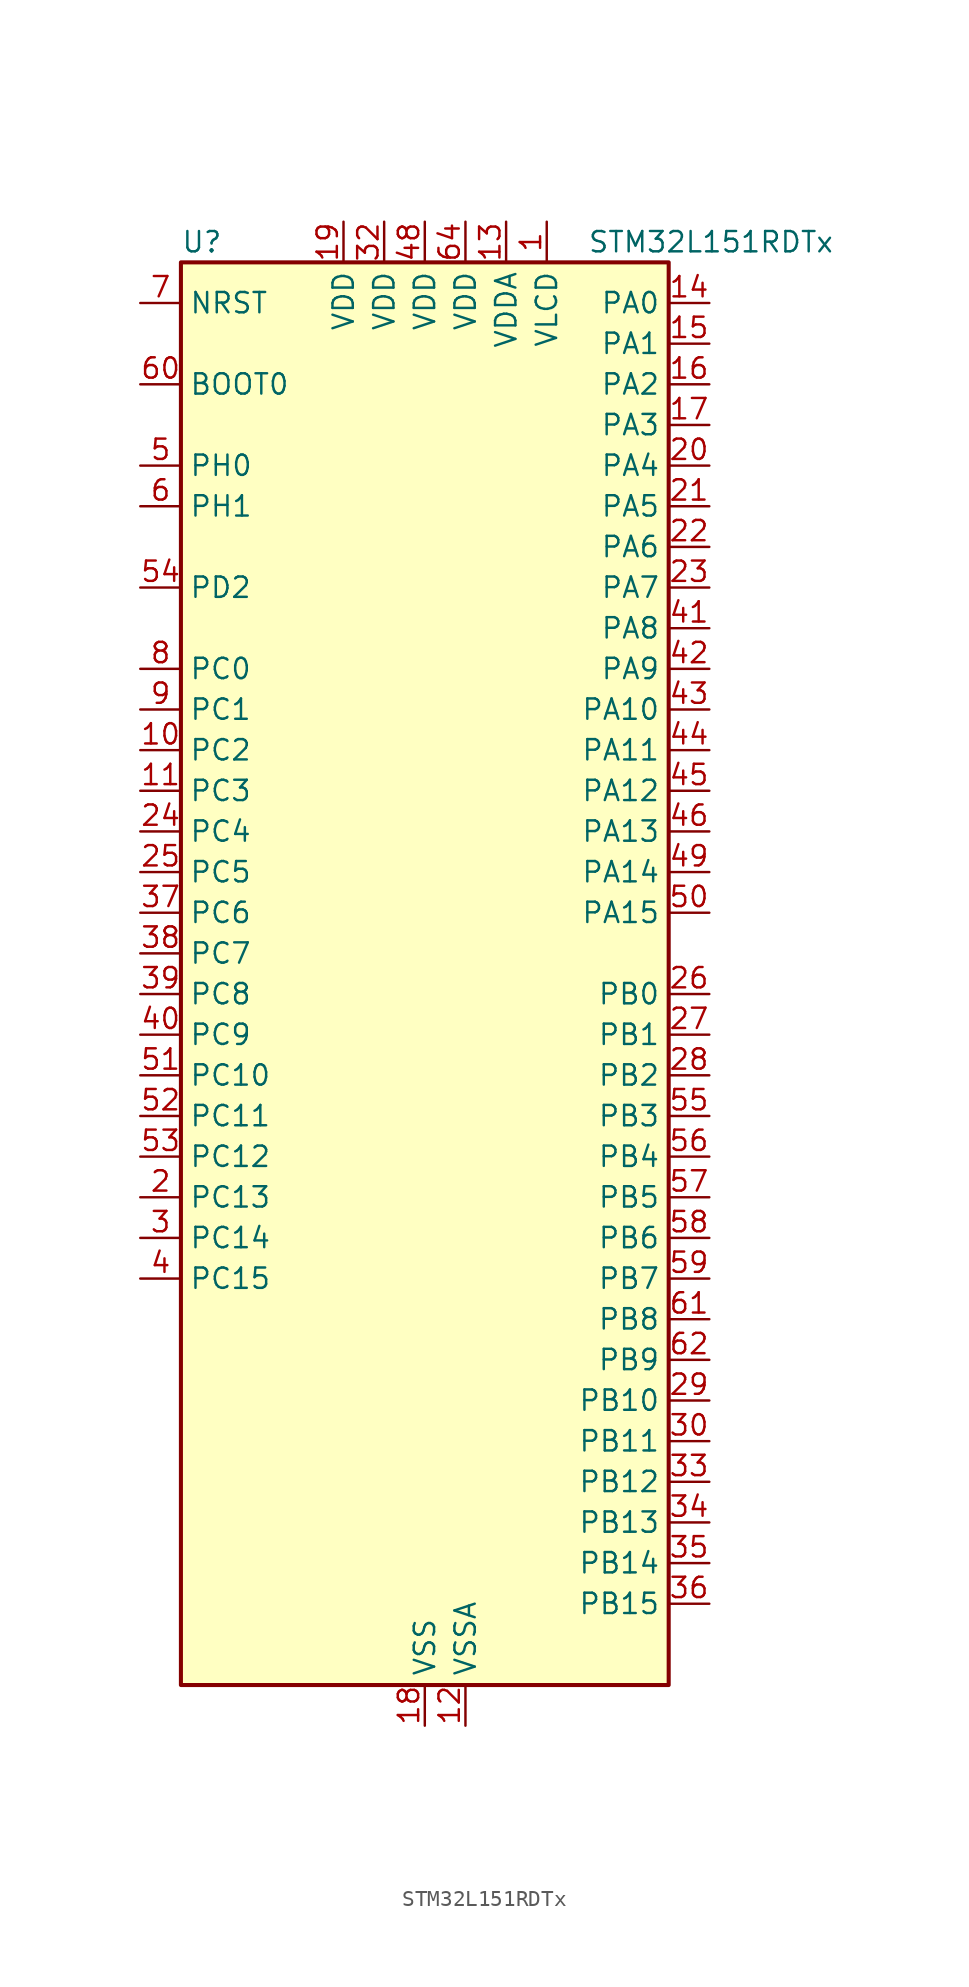
<source format=kicad_sym>
(kicad_symbol_lib
  (version 20231120)
  (generator "kicad-library-utils")
  (generator_version "8.0")
  (symbol "STM32L151RDTx"
    (property "Reference" "U"
      (at -15.24 46.99 0)
      (effects (font (size 1.27 1.27)) (justify left)))
    (property "Value" "STM32L151RDTx"
      (at 10.16 46.99 0)
      (effects (font (size 1.27 1.27)) (justify left)))
    (symbol "STM32L151RDTx_0_1"
      (rectangle (start -15.24 -43.18) (end 15.24 45.72) (stroke (width 0.254) (type default)) (fill (type background))))
    (symbol "STM32L151RDTx_1_1"
      (pin power_in line (at 7.62 48.26 270) (length 2.54) (name "VLCD" (effects (font (size 1.27 1.27)))) (number "1" (effects (font (size 1.27 1.27)))))
      (pin bidirectional line (at -17.78 15.24 0) (length 2.54) (name "PC2" (effects (font (size 1.27 1.27)))) (number "10" (effects (font (size 1.27 1.27)))) (alternate "ADC_IN12" bidirectional line) (alternate "COMP1_INP" bidirectional line) (alternate "OPAMP3_VINM" bidirectional line) (alternate "TIMX_IC3" bidirectional line) (alternate "TS_G8_IO3" bidirectional line))
      (pin bidirectional line (at -17.78 12.7 0) (length 2.54) (name "PC3" (effects (font (size 1.27 1.27)))) (number "11" (effects (font (size 1.27 1.27)))) (alternate "ADC_IN13" bidirectional line) (alternate "COMP1_INP" bidirectional line) (alternate "OPAMP3_VOUT" bidirectional line) (alternate "TIMX_IC4" bidirectional line) (alternate "TS_G8_IO4" bidirectional line))
      (pin power_in line (at 2.54 -45.72 90) (length 2.54) (name "VSSA" (effects (font (size 1.27 1.27)))) (number "12" (effects (font (size 1.27 1.27)))))
      (pin power_in line (at 5.08 48.26 270) (length 2.54) (name "VDDA" (effects (font (size 1.27 1.27)))) (number "13" (effects (font (size 1.27 1.27)))))
      (pin bidirectional line (at 17.78 43.18 180) (length 2.54) (name "PA0" (effects (font (size 1.27 1.27)))) (number "14" (effects (font (size 1.27 1.27)))) (alternate "ADC_IN0" bidirectional line) (alternate "COMP1_INP" bidirectional line) (alternate "RTC_TAMP2" bidirectional line) (alternate "SYS_WKUP1" bidirectional line) (alternate "TIM2_CH1" bidirectional line) (alternate "TIM2_ETR" bidirectional line) (alternate "TIM5_CH1" bidirectional line) (alternate "TIMX_IC1" bidirectional line) (alternate "TS_G1_IO1" bidirectional line) (alternate "USART2_CTS" bidirectional line))
      (pin bidirectional line (at 17.78 40.64 180) (length 2.54) (name "PA1" (effects (font (size 1.27 1.27)))) (number "15" (effects (font (size 1.27 1.27)))) (alternate "ADC_IN1" bidirectional line) (alternate "COMP1_INP" bidirectional line) (alternate "OPAMP1_VINP" bidirectional line) (alternate "TIM2_CH2" bidirectional line) (alternate "TIM5_CH2" bidirectional line) (alternate "TIMX_IC2" bidirectional line) (alternate "TS_G1_IO2" bidirectional line) (alternate "USART2_RTS" bidirectional line))
      (pin bidirectional line (at 17.78 38.1 180) (length 2.54) (name "PA2" (effects (font (size 1.27 1.27)))) (number "16" (effects (font (size 1.27 1.27)))) (alternate "ADC_IN2" bidirectional line) (alternate "COMP1_INP" bidirectional line) (alternate "OPAMP1_VINM" bidirectional line) (alternate "TIM2_CH3" bidirectional line) (alternate "TIM5_CH3" bidirectional line) (alternate "TIM9_CH1" bidirectional line) (alternate "TIMX_IC3" bidirectional line) (alternate "TS_G1_IO3" bidirectional line) (alternate "USART2_TX" bidirectional line))
      (pin bidirectional line (at 17.78 35.56 180) (length 2.54) (name "PA3" (effects (font (size 1.27 1.27)))) (number "17" (effects (font (size 1.27 1.27)))) (alternate "ADC_IN3" bidirectional line) (alternate "COMP1_INP" bidirectional line) (alternate "OPAMP1_VOUT" bidirectional line) (alternate "TIM2_CH4" bidirectional line) (alternate "TIM5_CH4" bidirectional line) (alternate "TIM9_CH2" bidirectional line) (alternate "TIMX_IC4" bidirectional line) (alternate "TS_G1_IO4" bidirectional line) (alternate "USART2_RX" bidirectional line))
      (pin power_in line (at 0 -45.72 90) (length 2.54) (name "VSS" (effects (font (size 1.27 1.27)))) (number "18" (effects (font (size 1.27 1.27)))))
      (pin power_in line (at -5.08 48.26 270) (length 2.54) (name "VDD" (effects (font (size 1.27 1.27)))) (number "19" (effects (font (size 1.27 1.27)))))
      (pin bidirectional line (at -17.78 -12.7 0) (length 2.54) (name "PC13" (effects (font (size 1.27 1.27)))) (number "2" (effects (font (size 1.27 1.27)))) (alternate "RTC_OUT_ALARM" bidirectional line) (alternate "RTC_OUT_CALIB" bidirectional line) (alternate "RTC_TAMP1" bidirectional line) (alternate "RTC_TS" bidirectional line) (alternate "SYS_WKUP2" bidirectional line) (alternate "TIMX_IC2" bidirectional line))
      (pin bidirectional line (at 17.78 33.02 180) (length 2.54) (name "PA4" (effects (font (size 1.27 1.27)))) (number "20" (effects (font (size 1.27 1.27)))) (alternate "ADC_IN4" bidirectional line) (alternate "COMP1_INP" bidirectional line) (alternate "DAC_OUT1" bidirectional line) (alternate "I2S3_WS" bidirectional line) (alternate "SPI1_NSS" bidirectional line) (alternate "SPI3_NSS" bidirectional line) (alternate "TIMX_IC1" bidirectional line) (alternate "USART2_CK" bidirectional line))
      (pin bidirectional line (at 17.78 30.48 180) (length 2.54) (name "PA5" (effects (font (size 1.27 1.27)))) (number "21" (effects (font (size 1.27 1.27)))) (alternate "ADC_IN5" bidirectional line) (alternate "COMP1_INP" bidirectional line) (alternate "DAC_OUT2" bidirectional line) (alternate "SPI1_SCK" bidirectional line) (alternate "TIM2_CH1" bidirectional line) (alternate "TIM2_ETR" bidirectional line) (alternate "TIMX_IC2" bidirectional line))
      (pin bidirectional line (at 17.78 27.94 180) (length 2.54) (name "PA6" (effects (font (size 1.27 1.27)))) (number "22" (effects (font (size 1.27 1.27)))) (alternate "ADC_IN6" bidirectional line) (alternate "COMP1_INP" bidirectional line) (alternate "OPAMP2_VINP" bidirectional line) (alternate "SPI1_MISO" bidirectional line) (alternate "TIM10_CH1" bidirectional line) (alternate "TIM3_CH1" bidirectional line) (alternate "TIMX_IC3" bidirectional line) (alternate "TS_G2_IO1" bidirectional line))
      (pin bidirectional line (at 17.78 25.4 180) (length 2.54) (name "PA7" (effects (font (size 1.27 1.27)))) (number "23" (effects (font (size 1.27 1.27)))) (alternate "ADC_IN7" bidirectional line) (alternate "COMP1_INP" bidirectional line) (alternate "OPAMP2_VINM" bidirectional line) (alternate "SPI1_MOSI" bidirectional line) (alternate "TIM11_CH1" bidirectional line) (alternate "TIM3_CH2" bidirectional line) (alternate "TIMX_IC4" bidirectional line) (alternate "TS_G2_IO2" bidirectional line))
      (pin bidirectional line (at -17.78 10.16 0) (length 2.54) (name "PC4" (effects (font (size 1.27 1.27)))) (number "24" (effects (font (size 1.27 1.27)))) (alternate "ADC_IN14" bidirectional line) (alternate "COMP1_INP" bidirectional line) (alternate "TIMX_IC1" bidirectional line) (alternate "TS_G9_IO1" bidirectional line))
      (pin bidirectional line (at -17.78 7.62 0) (length 2.54) (name "PC5" (effects (font (size 1.27 1.27)))) (number "25" (effects (font (size 1.27 1.27)))) (alternate "ADC_IN15" bidirectional line) (alternate "COMP1_INP" bidirectional line) (alternate "TIMX_IC2" bidirectional line) (alternate "TS_G9_IO2" bidirectional line))
      (pin bidirectional line (at 17.78 0 180) (length 2.54) (name "PB0" (effects (font (size 1.27 1.27)))) (number "26" (effects (font (size 1.27 1.27)))) (alternate "ADC_IN8" bidirectional line) (alternate "COMP1_INP" bidirectional line) (alternate "OPAMP2_VOUT" bidirectional line) (alternate "SYS_V_REF_OUT" bidirectional line) (alternate "TIM3_CH3" bidirectional line) (alternate "TS_G3_IO1" bidirectional line))
      (pin bidirectional line (at 17.78 -2.54 180) (length 2.54) (name "PB1" (effects (font (size 1.27 1.27)))) (number "27" (effects (font (size 1.27 1.27)))) (alternate "ADC_IN9" bidirectional line) (alternate "COMP1_INP" bidirectional line) (alternate "SYS_V_REF_OUT" bidirectional line) (alternate "TIM3_CH4" bidirectional line) (alternate "TS_G3_IO2" bidirectional line))
      (pin bidirectional line (at 17.78 -5.08 180) (length 2.54) (name "PB2" (effects (font (size 1.27 1.27)))) (number "28" (effects (font (size 1.27 1.27)))) (alternate "TS_G3_IO3" bidirectional line))
      (pin bidirectional line (at 17.78 -25.4 180) (length 2.54) (name "PB10" (effects (font (size 1.27 1.27)))) (number "29" (effects (font (size 1.27 1.27)))) (alternate "I2C2_SCL" bidirectional line) (alternate "TIM2_CH3" bidirectional line) (alternate "USART3_TX" bidirectional line))
      (pin bidirectional line (at -17.78 -15.24 0) (length 2.54) (name "PC14" (effects (font (size 1.27 1.27)))) (number "3" (effects (font (size 1.27 1.27)))) (alternate "RCC_OSC32_IN" bidirectional line) (alternate "TIMX_IC3" bidirectional line))
      (pin bidirectional line (at 17.78 -27.94 180) (length 2.54) (name "PB11" (effects (font (size 1.27 1.27)))) (number "30" (effects (font (size 1.27 1.27)))) (alternate "ADC_EXTI11" bidirectional line) (alternate "I2C2_SDA" bidirectional line) (alternate "TIM2_CH4" bidirectional line) (alternate "USART3_RX" bidirectional line))
      (pin passive line (at 0 -45.72 90) (length 2.54) hide (name "VSS" (effects (font (size 1.27 1.27)))) (number "31" (effects (font (size 1.27 1.27)))))
      (pin power_in line (at -2.54 48.26 270) (length 2.54) (name "VDD" (effects (font (size 1.27 1.27)))) (number "32" (effects (font (size 1.27 1.27)))))
      (pin bidirectional line (at 17.78 -30.48 180) (length 2.54) (name "PB12" (effects (font (size 1.27 1.27)))) (number "33" (effects (font (size 1.27 1.27)))) (alternate "ADC_IN18" bidirectional line) (alternate "COMP1_INP" bidirectional line) (alternate "I2C2_SMBA" bidirectional line) (alternate "I2S2_WS" bidirectional line) (alternate "SPI2_NSS" bidirectional line) (alternate "TIM10_CH1" bidirectional line) (alternate "TS_G7_IO1" bidirectional line) (alternate "USART3_CK" bidirectional line))
      (pin bidirectional line (at 17.78 -33.02 180) (length 2.54) (name "PB13" (effects (font (size 1.27 1.27)))) (number "34" (effects (font (size 1.27 1.27)))) (alternate "ADC_IN19" bidirectional line) (alternate "COMP1_INP" bidirectional line) (alternate "I2S2_CK" bidirectional line) (alternate "SPI2_SCK" bidirectional line) (alternate "TIM9_CH1" bidirectional line) (alternate "TS_G7_IO2" bidirectional line) (alternate "USART3_CTS" bidirectional line))
      (pin bidirectional line (at 17.78 -35.56 180) (length 2.54) (name "PB14" (effects (font (size 1.27 1.27)))) (number "35" (effects (font (size 1.27 1.27)))) (alternate "ADC_IN20" bidirectional line) (alternate "COMP1_INP" bidirectional line) (alternate "SPI2_MISO" bidirectional line) (alternate "TIM9_CH2" bidirectional line) (alternate "TS_G7_IO3" bidirectional line) (alternate "USART3_RTS" bidirectional line))
      (pin bidirectional line (at 17.78 -38.1 180) (length 2.54) (name "PB15" (effects (font (size 1.27 1.27)))) (number "36" (effects (font (size 1.27 1.27)))) (alternate "ADC_EXTI15" bidirectional line) (alternate "ADC_IN21" bidirectional line) (alternate "COMP1_INP" bidirectional line) (alternate "I2S2_SD" bidirectional line) (alternate "RTC_REFIN" bidirectional line) (alternate "SPI2_MOSI" bidirectional line) (alternate "TIM11_CH1" bidirectional line) (alternate "TS_G7_IO4" bidirectional line))
      (pin bidirectional line (at -17.78 5.08 0) (length 2.54) (name "PC6" (effects (font (size 1.27 1.27)))) (number "37" (effects (font (size 1.27 1.27)))) (alternate "I2S2_MCK" bidirectional line) (alternate "SDIO_D6" bidirectional line) (alternate "TIM3_CH1" bidirectional line) (alternate "TIMX_IC3" bidirectional line) (alternate "TS_G10_IO1" bidirectional line))
      (pin bidirectional line (at -17.78 2.54 0) (length 2.54) (name "PC7" (effects (font (size 1.27 1.27)))) (number "38" (effects (font (size 1.27 1.27)))) (alternate "I2S3_MCK" bidirectional line) (alternate "SDIO_D7" bidirectional line) (alternate "TIM3_CH2" bidirectional line) (alternate "TIMX_IC4" bidirectional line) (alternate "TS_G10_IO2" bidirectional line))
      (pin bidirectional line (at -17.78 0 0) (length 2.54) (name "PC8" (effects (font (size 1.27 1.27)))) (number "39" (effects (font (size 1.27 1.27)))) (alternate "SDIO_D0" bidirectional line) (alternate "TIM3_CH3" bidirectional line) (alternate "TIMX_IC1" bidirectional line) (alternate "TS_G10_IO3" bidirectional line))
      (pin bidirectional line (at -17.78 -17.78 0) (length 2.54) (name "PC15" (effects (font (size 1.27 1.27)))) (number "4" (effects (font (size 1.27 1.27)))) (alternate "ADC_EXTI15" bidirectional line) (alternate "RCC_OSC32_OUT" bidirectional line) (alternate "TIMX_IC4" bidirectional line))
      (pin bidirectional line (at -17.78 -2.54 0) (length 2.54) (name "PC9" (effects (font (size 1.27 1.27)))) (number "40" (effects (font (size 1.27 1.27)))) (alternate "DAC_EXTI9" bidirectional line) (alternate "SDIO_D1" bidirectional line) (alternate "TIM3_CH4" bidirectional line) (alternate "TIMX_IC2" bidirectional line) (alternate "TS_G10_IO4" bidirectional line))
      (pin bidirectional line (at 17.78 22.86 180) (length 2.54) (name "PA8" (effects (font (size 1.27 1.27)))) (number "41" (effects (font (size 1.27 1.27)))) (alternate "RCC_MCO" bidirectional line) (alternate "TIMX_IC1" bidirectional line) (alternate "TS_G4_IO1" bidirectional line) (alternate "USART1_CK" bidirectional line))
      (pin bidirectional line (at 17.78 20.32 180) (length 2.54) (name "PA9" (effects (font (size 1.27 1.27)))) (number "42" (effects (font (size 1.27 1.27)))) (alternate "DAC_EXTI9" bidirectional line) (alternate "TIMX_IC2" bidirectional line) (alternate "TS_G4_IO2" bidirectional line) (alternate "USART1_TX" bidirectional line))
      (pin bidirectional line (at 17.78 17.78 180) (length 2.54) (name "PA10" (effects (font (size 1.27 1.27)))) (number "43" (effects (font (size 1.27 1.27)))) (alternate "TIMX_IC3" bidirectional line) (alternate "TS_G4_IO3" bidirectional line) (alternate "USART1_RX" bidirectional line))
      (pin bidirectional line (at 17.78 15.24 180) (length 2.54) (name "PA11" (effects (font (size 1.27 1.27)))) (number "44" (effects (font (size 1.27 1.27)))) (alternate "ADC_EXTI11" bidirectional line) (alternate "SPI1_MISO" bidirectional line) (alternate "TIMX_IC4" bidirectional line) (alternate "USART1_CTS" bidirectional line) (alternate "USB_DM" bidirectional line))
      (pin bidirectional line (at 17.78 12.7 180) (length 2.54) (name "PA12" (effects (font (size 1.27 1.27)))) (number "45" (effects (font (size 1.27 1.27)))) (alternate "SPI1_MOSI" bidirectional line) (alternate "TIMX_IC1" bidirectional line) (alternate "USART1_RTS" bidirectional line) (alternate "USB_DP" bidirectional line))
      (pin bidirectional line (at 17.78 10.16 180) (length 2.54) (name "PA13" (effects (font (size 1.27 1.27)))) (number "46" (effects (font (size 1.27 1.27)))) (alternate "SYS_JTMS-SWDIO" bidirectional line) (alternate "TIMX_IC2" bidirectional line) (alternate "TS_G5_IO1" bidirectional line))
      (pin passive line (at 0 -45.72 90) (length 2.54) hide (name "VSS" (effects (font (size 1.27 1.27)))) (number "47" (effects (font (size 1.27 1.27)))))
      (pin power_in line (at 0 48.26 270) (length 2.54) (name "VDD" (effects (font (size 1.27 1.27)))) (number "48" (effects (font (size 1.27 1.27)))))
      (pin bidirectional line (at 17.78 7.62 180) (length 2.54) (name "PA14" (effects (font (size 1.27 1.27)))) (number "49" (effects (font (size 1.27 1.27)))) (alternate "SYS_JTCK-SWCLK" bidirectional line) (alternate "TIMX_IC3" bidirectional line) (alternate "TS_G5_IO2" bidirectional line))
      (pin bidirectional line (at -17.78 33.02 0) (length 2.54) (name "PH0" (effects (font (size 1.27 1.27)))) (number "5" (effects (font (size 1.27 1.27)))) (alternate "RCC_OSC_IN" bidirectional line))
      (pin bidirectional line (at 17.78 5.08 180) (length 2.54) (name "PA15" (effects (font (size 1.27 1.27)))) (number "50" (effects (font (size 1.27 1.27)))) (alternate "ADC_EXTI15" bidirectional line) (alternate "I2S3_WS" bidirectional line) (alternate "SPI1_NSS" bidirectional line) (alternate "SPI3_NSS" bidirectional line) (alternate "SYS_JTDI" bidirectional line) (alternate "TIM2_CH1" bidirectional line) (alternate "TIM2_ETR" bidirectional line) (alternate "TIMX_IC4" bidirectional line) (alternate "TS_G5_IO3" bidirectional line))
      (pin bidirectional line (at -17.78 -5.08 0) (length 2.54) (name "PC10" (effects (font (size 1.27 1.27)))) (number "51" (effects (font (size 1.27 1.27)))) (alternate "I2S3_CK" bidirectional line) (alternate "SDIO_D2" bidirectional line) (alternate "SPI3_SCK" bidirectional line) (alternate "TIMX_IC3" bidirectional line) (alternate "UART4_TX" bidirectional line) (alternate "USART3_TX" bidirectional line))
      (pin bidirectional line (at -17.78 -7.62 0) (length 2.54) (name "PC11" (effects (font (size 1.27 1.27)))) (number "52" (effects (font (size 1.27 1.27)))) (alternate "ADC_EXTI11" bidirectional line) (alternate "SDIO_D3" bidirectional line) (alternate "SPI3_MISO" bidirectional line) (alternate "TIMX_IC4" bidirectional line) (alternate "UART4_RX" bidirectional line) (alternate "USART3_RX" bidirectional line))
      (pin bidirectional line (at -17.78 -10.16 0) (length 2.54) (name "PC12" (effects (font (size 1.27 1.27)))) (number "53" (effects (font (size 1.27 1.27)))) (alternate "I2S3_SD" bidirectional line) (alternate "SDIO_CK" bidirectional line) (alternate "SPI3_MOSI" bidirectional line) (alternate "TIMX_IC1" bidirectional line) (alternate "UART5_TX" bidirectional line) (alternate "USART3_CK" bidirectional line))
      (pin bidirectional line (at -17.78 25.4 0) (length 2.54) (name "PD2" (effects (font (size 1.27 1.27)))) (number "54" (effects (font (size 1.27 1.27)))) (alternate "SDIO_CMD" bidirectional line) (alternate "TIM3_ETR" bidirectional line) (alternate "TIMX_IC3" bidirectional line) (alternate "UART5_RX" bidirectional line))
      (pin bidirectional line (at 17.78 -7.62 180) (length 2.54) (name "PB3" (effects (font (size 1.27 1.27)))) (number "55" (effects (font (size 1.27 1.27)))) (alternate "COMP2_INM" bidirectional line) (alternate "I2S3_CK" bidirectional line) (alternate "SPI1_SCK" bidirectional line) (alternate "SPI3_SCK" bidirectional line) (alternate "SYS_JTDO-TRACESWO" bidirectional line) (alternate "TIM2_CH2" bidirectional line))
      (pin bidirectional line (at 17.78 -10.16 180) (length 2.54) (name "PB4" (effects (font (size 1.27 1.27)))) (number "56" (effects (font (size 1.27 1.27)))) (alternate "COMP2_INP" bidirectional line) (alternate "SPI1_MISO" bidirectional line) (alternate "SPI3_MISO" bidirectional line) (alternate "SYS_JTRST" bidirectional line) (alternate "TIM3_CH1" bidirectional line) (alternate "TS_G6_IO1" bidirectional line))
      (pin bidirectional line (at 17.78 -12.7 180) (length 2.54) (name "PB5" (effects (font (size 1.27 1.27)))) (number "57" (effects (font (size 1.27 1.27)))) (alternate "COMP2_INP" bidirectional line) (alternate "I2C1_SMBA" bidirectional line) (alternate "I2S3_SD" bidirectional line) (alternate "SPI1_MOSI" bidirectional line) (alternate "SPI3_MOSI" bidirectional line) (alternate "TIM3_CH2" bidirectional line) (alternate "TS_G6_IO2" bidirectional line))
      (pin bidirectional line (at 17.78 -15.24 180) (length 2.54) (name "PB6" (effects (font (size 1.27 1.27)))) (number "58" (effects (font (size 1.27 1.27)))) (alternate "COMP2_INP" bidirectional line) (alternate "I2C1_SCL" bidirectional line) (alternate "TIM4_CH1" bidirectional line) (alternate "TS_G6_IO3" bidirectional line) (alternate "USART1_TX" bidirectional line))
      (pin bidirectional line (at 17.78 -17.78 180) (length 2.54) (name "PB7" (effects (font (size 1.27 1.27)))) (number "59" (effects (font (size 1.27 1.27)))) (alternate "COMP2_INP" bidirectional line) (alternate "I2C1_SDA" bidirectional line) (alternate "SYS_PVD_IN" bidirectional line) (alternate "TIM4_CH2" bidirectional line) (alternate "TS_G6_IO4" bidirectional line) (alternate "USART1_RX" bidirectional line))
      (pin bidirectional line (at -17.78 30.48 0) (length 2.54) (name "PH1" (effects (font (size 1.27 1.27)))) (number "6" (effects (font (size 1.27 1.27)))) (alternate "RCC_OSC_OUT" bidirectional line))
      (pin input line (at -17.78 38.1 0) (length 2.54) (name "BOOT0" (effects (font (size 1.27 1.27)))) (number "60" (effects (font (size 1.27 1.27)))))
      (pin bidirectional line (at 17.78 -20.32 180) (length 2.54) (name "PB8" (effects (font (size 1.27 1.27)))) (number "61" (effects (font (size 1.27 1.27)))) (alternate "I2C1_SCL" bidirectional line) (alternate "SDIO_D4" bidirectional line) (alternate "TIM10_CH1" bidirectional line) (alternate "TIM4_CH3" bidirectional line))
      (pin bidirectional line (at 17.78 -22.86 180) (length 2.54) (name "PB9" (effects (font (size 1.27 1.27)))) (number "62" (effects (font (size 1.27 1.27)))) (alternate "DAC_EXTI9" bidirectional line) (alternate "I2C1_SDA" bidirectional line) (alternate "SDIO_D5" bidirectional line) (alternate "TIM11_CH1" bidirectional line) (alternate "TIM4_CH4" bidirectional line))
      (pin passive line (at 0 -45.72 90) (length 2.54) hide (name "VSS" (effects (font (size 1.27 1.27)))) (number "63" (effects (font (size 1.27 1.27)))))
      (pin power_in line (at 2.54 48.26 270) (length 2.54) (name "VDD" (effects (font (size 1.27 1.27)))) (number "64" (effects (font (size 1.27 1.27)))))
      (pin input line (at -17.78 43.18 0) (length 2.54) (name "NRST" (effects (font (size 1.27 1.27)))) (number "7" (effects (font (size 1.27 1.27)))))
      (pin bidirectional line (at -17.78 20.32 0) (length 2.54) (name "PC0" (effects (font (size 1.27 1.27)))) (number "8" (effects (font (size 1.27 1.27)))) (alternate "ADC_IN10" bidirectional line) (alternate "COMP1_INP" bidirectional line) (alternate "TIMX_IC1" bidirectional line) (alternate "TS_G8_IO1" bidirectional line))
      (pin bidirectional line (at -17.78 17.78 0) (length 2.54) (name "PC1" (effects (font (size 1.27 1.27)))) (number "9" (effects (font (size 1.27 1.27)))) (alternate "ADC_IN11" bidirectional line) (alternate "COMP1_INP" bidirectional line) (alternate "OPAMP3_VINP" bidirectional line) (alternate "TIMX_IC2" bidirectional line) (alternate "TS_G8_IO2" bidirectional line)))))
</source>
